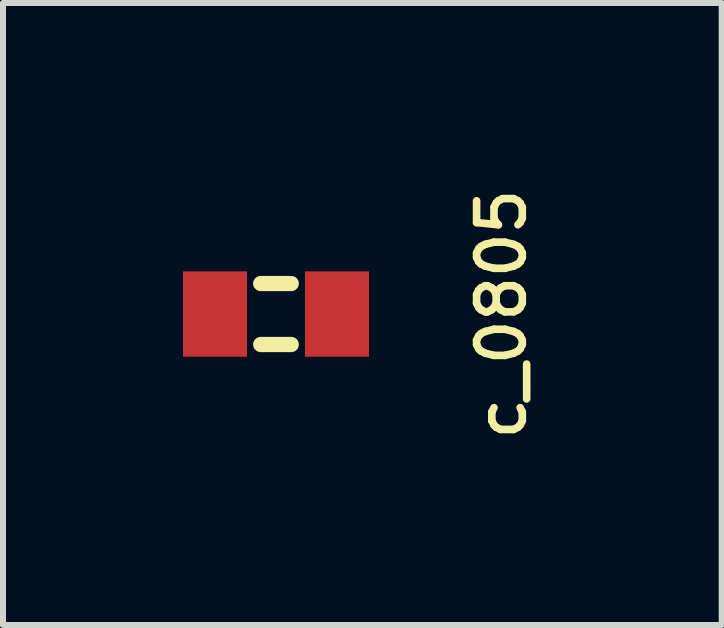
<source format=kicad_pcb>
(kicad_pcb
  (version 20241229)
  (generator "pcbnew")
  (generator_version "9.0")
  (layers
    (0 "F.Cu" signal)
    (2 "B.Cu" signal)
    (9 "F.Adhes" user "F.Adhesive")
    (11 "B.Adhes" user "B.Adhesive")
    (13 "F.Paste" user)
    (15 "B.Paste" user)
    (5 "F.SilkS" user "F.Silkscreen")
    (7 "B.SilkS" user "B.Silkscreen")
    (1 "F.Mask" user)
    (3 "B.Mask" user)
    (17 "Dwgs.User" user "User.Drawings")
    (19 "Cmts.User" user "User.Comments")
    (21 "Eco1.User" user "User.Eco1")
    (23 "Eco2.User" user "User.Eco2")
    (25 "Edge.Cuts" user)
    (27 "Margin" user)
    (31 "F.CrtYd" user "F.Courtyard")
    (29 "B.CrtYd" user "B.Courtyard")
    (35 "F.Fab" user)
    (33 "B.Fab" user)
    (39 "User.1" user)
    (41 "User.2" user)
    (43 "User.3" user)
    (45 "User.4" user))
  (footprint "c_0805"
    (layer "F.Cu")
    (at 1.549 2.183)
    (property "Reference" "c_0805" (at 3.759 0 90) (layer "F.SilkS") (effects (font (size 0.762 0.762) (thickness 0.127))))
    (attr smd)
    (fp_line (start -0.254 -0.508) (end 0.254 -0.508) (stroke (width 0.254) (type solid)) (layer "F.SilkS"))
    (fp_line (start 0.254 0.508) (end -0.254 0.508) (stroke (width 0.254) (type solid)) (layer "F.SilkS"))
    (pad "1" smd rect (at 1.016 0) (size 1.067 1.422) (layers "F.Cu" "F.Mask" "F.Paste"))
    (pad "2" smd rect (at -1.016 0) (size 1.067 1.422) (layers "F.Cu" "F.Mask" "F.Paste")))
  (gr_rect
    (start -3 -3)
    (end 8.977 7.365)
    (stroke (width 0.1) (type default))
    (fill no)
    (layer "Edge.Cuts")))
</source>
